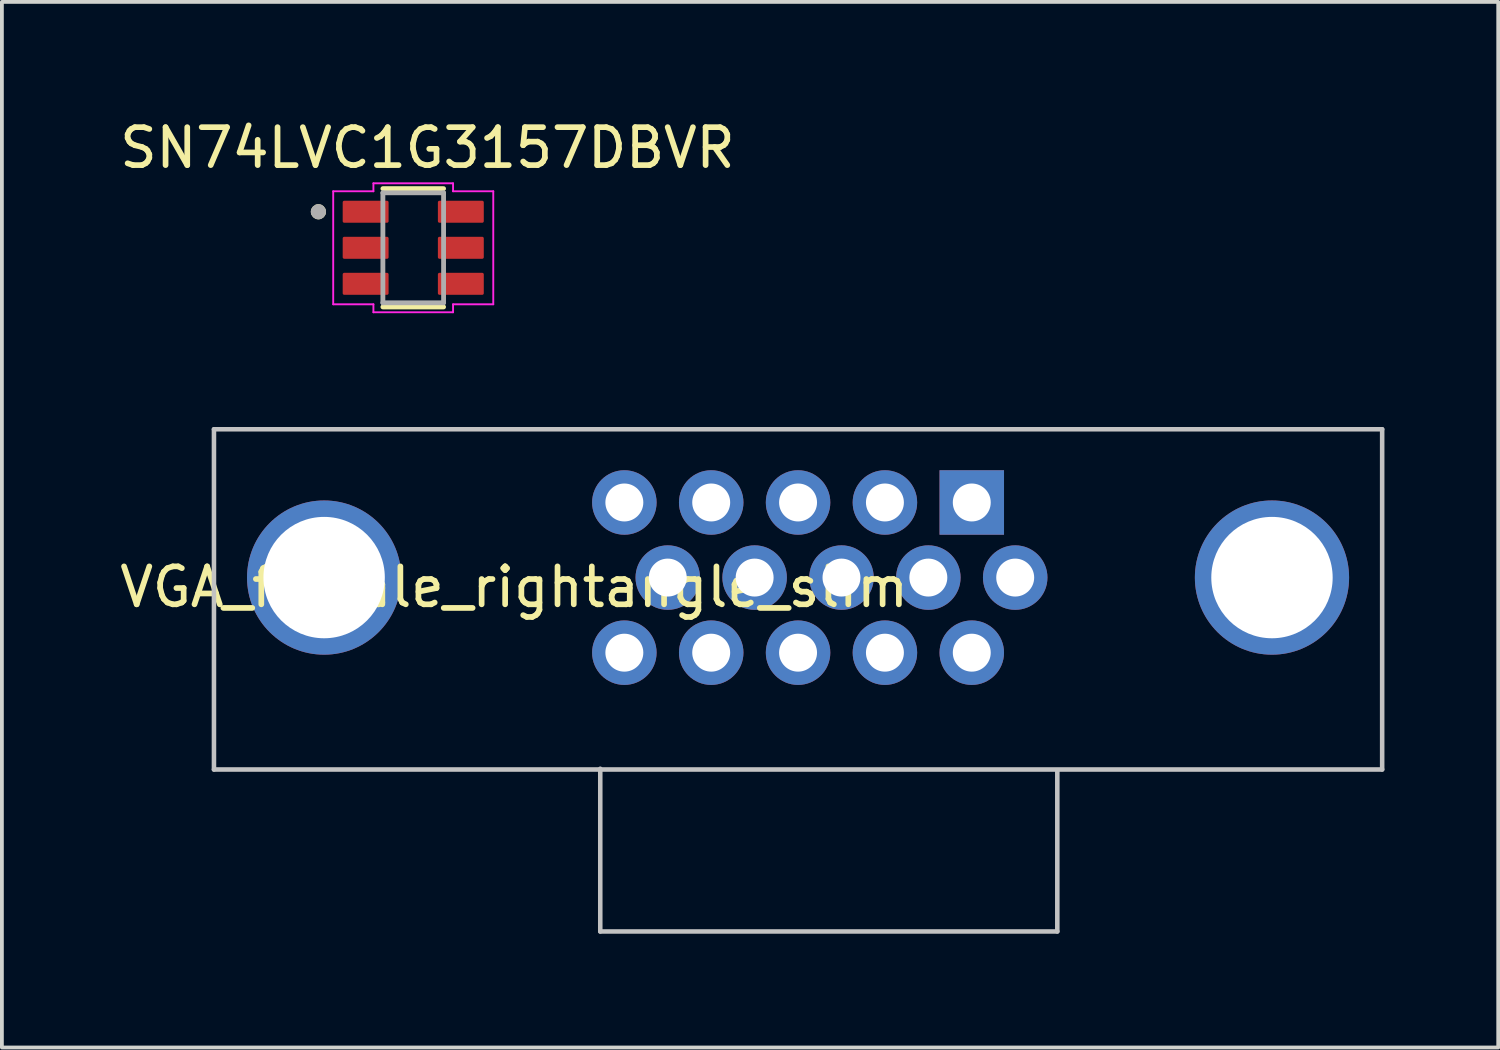
<source format=kicad_pcb>
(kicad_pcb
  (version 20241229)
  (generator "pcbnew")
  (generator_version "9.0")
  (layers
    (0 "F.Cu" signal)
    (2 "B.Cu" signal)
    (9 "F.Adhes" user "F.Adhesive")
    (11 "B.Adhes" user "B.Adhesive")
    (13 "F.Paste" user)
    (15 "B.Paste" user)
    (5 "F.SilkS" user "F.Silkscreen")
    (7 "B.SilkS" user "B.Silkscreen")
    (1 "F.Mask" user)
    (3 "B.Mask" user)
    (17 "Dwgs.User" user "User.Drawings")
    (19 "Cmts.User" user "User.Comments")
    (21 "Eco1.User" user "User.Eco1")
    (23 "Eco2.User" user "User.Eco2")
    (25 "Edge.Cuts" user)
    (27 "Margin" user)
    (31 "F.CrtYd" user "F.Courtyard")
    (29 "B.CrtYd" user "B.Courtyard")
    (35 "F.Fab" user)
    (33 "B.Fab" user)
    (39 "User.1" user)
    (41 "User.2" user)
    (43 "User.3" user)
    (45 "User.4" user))
  (footprint "VGA_female_rightangle_slim"
    (layer "F.Cu")
    (at 5.496 12.178)
    (property "Reference" "VGA_female_rightangle_slim" (at 5.01 0.25 0) (layer "F.SilkS") (effects (font (size 1 1) (thickness 0.15))))
    (attr through_hole)
    (fp_line (start -2.905 -3.91) (end -2.905 5.06) (stroke (width 0.12) (type solid)) (layer "Dwgs.User"))
    (fp_line (start -2.905 -3.91) (end 27.895 -3.91) (stroke (width 0.12) (type solid)) (layer "Dwgs.User"))
    (fp_line (start -2.905 5.06) (end 27.895 5.06) (stroke (width 0.12) (type solid)) (layer "Dwgs.User"))
    (fp_line (start 7.28 9.33) (end 7.28 5.04) (stroke (width 0.12) (type solid)) (layer "Dwgs.User"))
    (fp_line (start 19.33 5.08) (end 19.33 9.33) (stroke (width 0.12) (type solid)) (layer "Dwgs.User"))
    (fp_line (start 19.33 9.33) (end 7.28 9.33) (stroke (width 0.12) (type solid)) (layer "Dwgs.User"))
    (fp_line (start 27.895 -3.91) (end 27.895 5.06) (stroke (width 0.12) (type solid)) (layer "Dwgs.User"))
    (pad "1" thru_hole rect (at 17.075 -1.98 180) (size 1.7 1.7) (drill 1) (layers "*.Cu" "*.Mask"))
    (pad "2" thru_hole circle (at 14.785 -1.98 180) (size 1.7 1.7) (drill 1) (layers "*.Cu" "*.Mask"))
    (pad "3" thru_hole circle (at 12.495 -1.98 180) (size 1.7 1.7) (drill 1) (layers "*.Cu" "*.Mask"))
    (pad "4" thru_hole circle (at 10.205 -1.98 180) (size 1.7 1.7) (drill 1) (layers "*.Cu" "*.Mask"))
    (pad "5" thru_hole circle (at 7.915 -1.98 180) (size 1.7 1.7) (drill 1) (layers "*.Cu" "*.Mask"))
    (pad "6" thru_hole circle (at 18.22 0 180) (size 1.7 1.7) (drill 1) (layers "*.Cu" "*.Mask"))
    (pad "7" thru_hole circle (at 15.93 0 180) (size 1.7 1.7) (drill 1) (layers "*.Cu" "*.Mask"))
    (pad "8" thru_hole circle (at 13.64 0 180) (size 1.7 1.7) (drill 1) (layers "*.Cu" "*.Mask"))
    (pad "9" thru_hole circle (at 11.35 0 180) (size 1.7 1.7) (drill 1) (layers "*.Cu" "*.Mask"))
    (pad "10" thru_hole circle (at 9.06 0 180) (size 1.7 1.7) (drill 1) (layers "*.Cu" "*.Mask"))
    (pad "11" thru_hole circle (at 17.075 1.98 180) (size 1.7 1.7) (drill 1) (layers "*.Cu" "*.Mask"))
    (pad "12" thru_hole circle (at 14.785 1.98 180) (size 1.7 1.7) (drill 1) (layers "*.Cu" "*.Mask"))
    (pad "13" thru_hole circle (at 12.495 1.98 180) (size 1.7 1.7) (drill 1) (layers "*.Cu" "*.Mask"))
    (pad "14" thru_hole circle (at 10.205 1.98 180) (size 1.7 1.7) (drill 1) (layers "*.Cu" "*.Mask"))
    (pad "15" thru_hole circle (at 7.915 1.98 180) (size 1.7 1.7) (drill 1) (layers "*.Cu" "*.Mask"))
    (pad "S1" thru_hole circle (at 0 0) (size 4.066 4.066) (drill 3.2) (layers "*.Cu" "*.Mask"))
    (pad "S2" thru_hole circle (at 24.99 0) (size 4.066 4.066) (drill 3.2) (layers "*.Cu" "*.Mask")))
  (footprint "SN74LVC1G3157DBVR"
    (layer "F.Cu")
    (at 7.845 3.483)
    (property "Reference" "SN74LVC1G3157DBVR" (at 0.375 -2.635 0) (layer "F.SilkS") (effects (font (size 1 1) (thickness 0.15))))
    (attr through_hole)
    (fp_line (start -0.8 1.56) (end 0.8 1.56) (stroke (width 0.127) (type solid)) (layer "F.SilkS"))
    (fp_line (start 0.8 -1.56) (end -0.8 -1.56) (stroke (width 0.127) (type solid)) (layer "F.SilkS"))
    (fp_circle (center -2.5 -0.95) (end -2.4 -0.95) (stroke (width 0.2) (type solid)) (fill no) (layer "F.SilkS"))
    (fp_line (start -2.11 -1.49) (end -2.11 1.49) (stroke (width 0.05) (type solid)) (layer "F.CrtYd"))
    (fp_line (start -2.11 -1.49) (end -1.05 -1.49) (stroke (width 0.05) (type solid)) (layer "F.CrtYd"))
    (fp_line (start -2.11 1.49) (end -1.05 1.49) (stroke (width 0.05) (type solid)) (layer "F.CrtYd"))
    (fp_line (start -1.05 -1.49) (end -1.05 -1.7) (stroke (width 0.05) (type solid)) (layer "F.CrtYd"))
    (fp_line (start -1.05 1.49) (end -1.05 1.7) (stroke (width 0.05) (type solid)) (layer "F.CrtYd"))
    (fp_line (start -1.05 1.7) (end 1.05 1.7) (stroke (width 0.05) (type solid)) (layer "F.CrtYd"))
    (fp_line (start 1.05 -1.7) (end -1.05 -1.7) (stroke (width 0.05) (type solid)) (layer "F.CrtYd"))
    (fp_line (start 1.05 -1.49) (end 1.05 -1.7) (stroke (width 0.05) (type solid)) (layer "F.CrtYd"))
    (fp_line (start 1.05 1.49) (end 1.05 1.7) (stroke (width 0.05) (type solid)) (layer "F.CrtYd"))
    (fp_line (start 2.11 -1.49) (end 1.05 -1.49) (stroke (width 0.05) (type solid)) (layer "F.CrtYd"))
    (fp_line (start 2.11 1.49) (end 1.05 1.49) (stroke (width 0.05) (type solid)) (layer "F.CrtYd"))
    (fp_line (start 2.11 1.49) (end 2.11 -1.49) (stroke (width 0.05) (type solid)) (layer "F.CrtYd"))
    (fp_line (start -0.8 -1.45) (end -0.8 1.45) (stroke (width 0.127) (type solid)) (layer "F.Fab"))
    (fp_line (start -0.8 1.45) (end 0.8 1.45) (stroke (width 0.127) (type solid)) (layer "F.Fab"))
    (fp_line (start 0.8 -1.45) (end -0.8 -1.45) (stroke (width 0.127) (type solid)) (layer "F.Fab"))
    (fp_line (start 0.8 1.45) (end 0.8 -1.45) (stroke (width 0.127) (type solid)) (layer "F.Fab"))
    (fp_circle (center -2.5 -0.95) (end -2.4 -0.95) (stroke (width 0.2) (type solid)) (fill no) (layer "F.Fab"))
    (pad "1" smd roundrect (at -1.255 -0.95) (size 1.21 0.58) (layers "F.Cu" "F.Mask" "F.Paste") (roundrect_rratio 0.07))
    (pad "2" smd roundrect (at -1.255 0) (size 1.21 0.58) (layers "F.Cu" "F.Mask" "F.Paste") (roundrect_rratio 0.07))
    (pad "3" smd roundrect (at -1.255 0.95) (size 1.21 0.58) (layers "F.Cu" "F.Mask" "F.Paste") (roundrect_rratio 0.07))
    (pad "4" smd roundrect (at 1.255 0.95) (size 1.21 0.58) (layers "F.Cu" "F.Mask" "F.Paste") (roundrect_rratio 0.07))
    (pad "5" smd roundrect (at 1.255 0) (size 1.21 0.58) (layers "F.Cu" "F.Mask" "F.Paste") (roundrect_rratio 0.07))
    (pad "6" smd roundrect (at 1.255 -0.95) (size 1.21 0.58) (layers "F.Cu" "F.Mask" "F.Paste") (roundrect_rratio 0.07)))
  (gr_rect
    (start -3 -3)
    (end 36.451 24.568)
    (stroke (width 0.1) (type default))
    (fill no)
    (layer "Edge.Cuts")))
</source>
